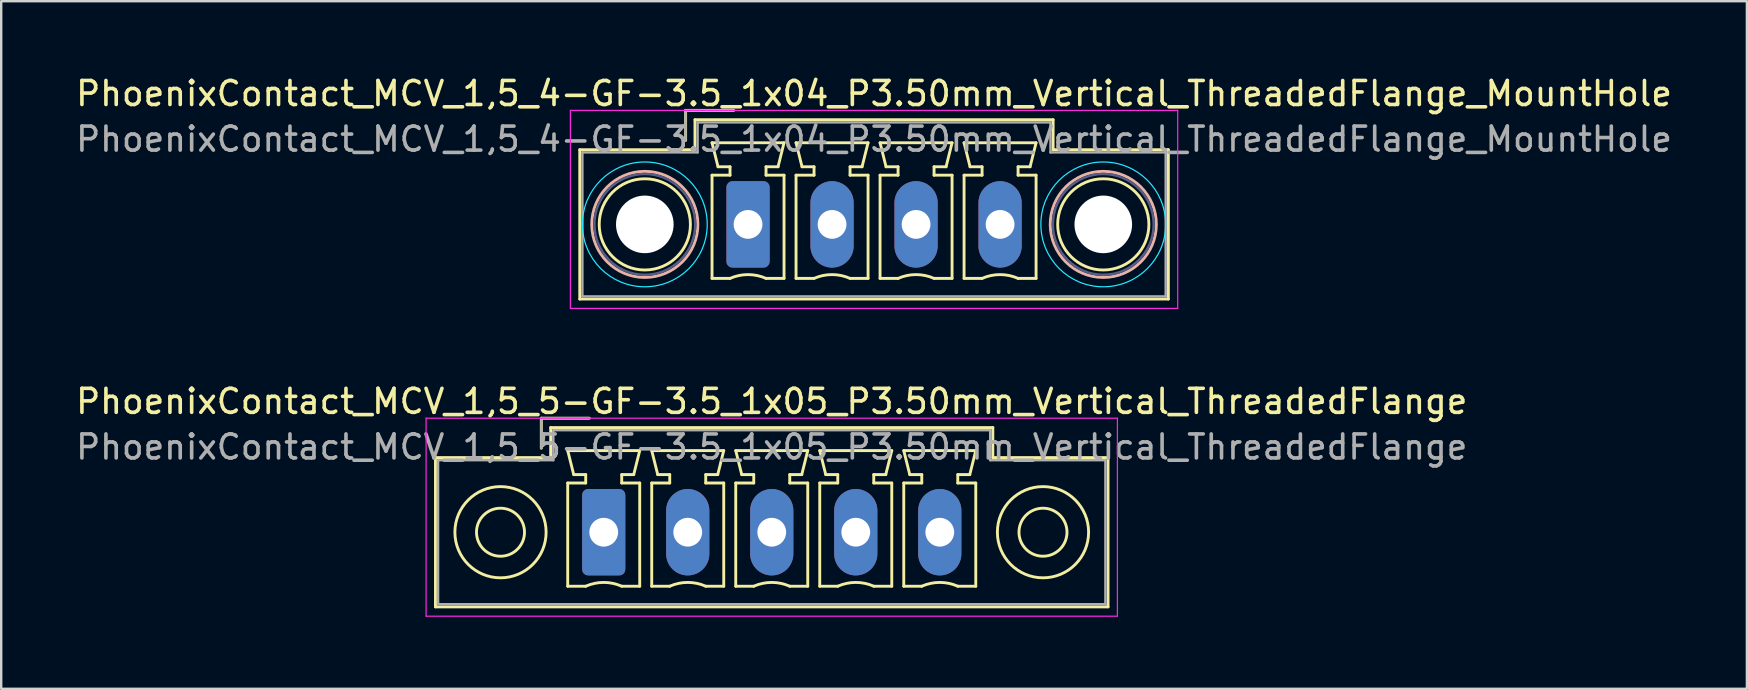
<source format=kicad_pcb>
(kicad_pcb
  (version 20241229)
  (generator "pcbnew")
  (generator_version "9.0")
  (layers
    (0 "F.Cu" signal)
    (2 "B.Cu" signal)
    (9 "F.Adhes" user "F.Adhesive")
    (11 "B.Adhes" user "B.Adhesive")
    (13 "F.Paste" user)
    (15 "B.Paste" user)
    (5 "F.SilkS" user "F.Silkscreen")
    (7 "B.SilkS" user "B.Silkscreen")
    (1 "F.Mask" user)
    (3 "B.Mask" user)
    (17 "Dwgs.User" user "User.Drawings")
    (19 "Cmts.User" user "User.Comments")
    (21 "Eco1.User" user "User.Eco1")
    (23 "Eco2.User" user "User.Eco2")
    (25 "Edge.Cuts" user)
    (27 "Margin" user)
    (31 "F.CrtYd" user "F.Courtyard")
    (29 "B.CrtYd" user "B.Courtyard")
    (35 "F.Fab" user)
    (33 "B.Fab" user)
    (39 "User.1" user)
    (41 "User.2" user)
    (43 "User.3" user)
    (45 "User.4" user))
  (footprint "PhoenixContact_MCV_1,5_5-GF-3.5_1x05_P3.50mm_Vertical_ThreadedFlange"
    (layer "F.Cu")
    (at 22.101 19.122)
    (property "Reference" "PhoenixContact_MCV_1,5_5-GF-3.5_1x05_P3.50mm_Vertical_ThreadedFlange" (at 7 -5.45 0) (layer "F.SilkS") (effects (font (size 1 1) (thickness 0.15))))
    (attr through_hole)
    (fp_line (start -7.01 -3.11) (end -7.01 3.11) (stroke (width 0.12) (type solid)) (layer "F.SilkS"))
    (fp_line (start -7.01 3.11) (end 21.01 3.11) (stroke (width 0.12) (type solid)) (layer "F.SilkS"))
    (fp_line (start -2.6 -4.75) (end -0.6 -4.75) (stroke (width 0.12) (type solid)) (layer "F.SilkS"))
    (fp_line (start -2.6 -3.5) (end -2.6 -4.75) (stroke (width 0.12) (type solid)) (layer "F.SilkS"))
    (fp_line (start -2.21 -4.36) (end -2.21 -3.11) (stroke (width 0.12) (type solid)) (layer "F.SilkS"))
    (fp_line (start -2.21 -3.11) (end -7.01 -3.11) (stroke (width 0.12) (type solid)) (layer "F.SilkS"))
    (fp_line (start -1.5 -3.4) (end 1.5 -3.4) (stroke (width 0.12) (type solid)) (layer "F.SilkS"))
    (fp_line (start -1.5 -2.05) (end -0.75 -2.05) (stroke (width 0.12) (type solid)) (layer "F.SilkS"))
    (fp_line (start -1.5 2.25) (end -1.5 -2.05) (stroke (width 0.12) (type solid)) (layer "F.SilkS"))
    (fp_line (start -1.25 -2.4) (end -1.5 -3.4) (stroke (width 0.12) (type solid)) (layer "F.SilkS"))
    (fp_line (start -0.75 -2.4) (end -1.25 -2.4) (stroke (width 0.12) (type solid)) (layer "F.SilkS"))
    (fp_line (start -0.75 -2.05) (end -0.75 -2.4) (stroke (width 0.12) (type solid)) (layer "F.SilkS"))
    (fp_line (start -0.75 2.25) (end -1.5 2.25) (stroke (width 0.12) (type solid)) (layer "F.SilkS"))
    (fp_line (start 0.75 -2.4) (end 0.75 -2.05) (stroke (width 0.12) (type solid)) (layer "F.SilkS"))
    (fp_line (start 0.75 -2.05) (end 1.5 -2.05) (stroke (width 0.12) (type solid)) (layer "F.SilkS"))
    (fp_line (start 1.25 -2.4) (end 0.75 -2.4) (stroke (width 0.12) (type solid)) (layer "F.SilkS"))
    (fp_line (start 1.5 -3.4) (end 1.25 -2.4) (stroke (width 0.12) (type solid)) (layer "F.SilkS"))
    (fp_line (start 1.5 -2.05) (end 1.5 2.25) (stroke (width 0.12) (type solid)) (layer "F.SilkS"))
    (fp_line (start 1.5 2.25) (end 0.75 2.25) (stroke (width 0.12) (type solid)) (layer "F.SilkS"))
    (fp_line (start 2 -3.4) (end 5 -3.4) (stroke (width 0.12) (type solid)) (layer "F.SilkS"))
    (fp_line (start 2 -2.05) (end 2.75 -2.05) (stroke (width 0.12) (type solid)) (layer "F.SilkS"))
    (fp_line (start 2 2.25) (end 2 -2.05) (stroke (width 0.12) (type solid)) (layer "F.SilkS"))
    (fp_line (start 2.25 -2.4) (end 2 -3.4) (stroke (width 0.12) (type solid)) (layer "F.SilkS"))
    (fp_line (start 2.75 -2.4) (end 2.25 -2.4) (stroke (width 0.12) (type solid)) (layer "F.SilkS"))
    (fp_line (start 2.75 -2.05) (end 2.75 -2.4) (stroke (width 0.12) (type solid)) (layer "F.SilkS"))
    (fp_line (start 2.75 2.25) (end 2 2.25) (stroke (width 0.12) (type solid)) (layer "F.SilkS"))
    (fp_line (start 4.25 -2.4) (end 4.25 -2.05) (stroke (width 0.12) (type solid)) (layer "F.SilkS"))
    (fp_line (start 4.25 -2.05) (end 5 -2.05) (stroke (width 0.12) (type solid)) (layer "F.SilkS"))
    (fp_line (start 4.75 -2.4) (end 4.25 -2.4) (stroke (width 0.12) (type solid)) (layer "F.SilkS"))
    (fp_line (start 5 -3.4) (end 4.75 -2.4) (stroke (width 0.12) (type solid)) (layer "F.SilkS"))
    (fp_line (start 5 -2.05) (end 5 2.25) (stroke (width 0.12) (type solid)) (layer "F.SilkS"))
    (fp_line (start 5 2.25) (end 4.25 2.25) (stroke (width 0.12) (type solid)) (layer "F.SilkS"))
    (fp_line (start 5.5 -3.4) (end 8.5 -3.4) (stroke (width 0.12) (type solid)) (layer "F.SilkS"))
    (fp_line (start 5.5 -2.05) (end 6.25 -2.05) (stroke (width 0.12) (type solid)) (layer "F.SilkS"))
    (fp_line (start 5.5 2.25) (end 5.5 -2.05) (stroke (width 0.12) (type solid)) (layer "F.SilkS"))
    (fp_line (start 5.75 -2.4) (end 5.5 -3.4) (stroke (width 0.12) (type solid)) (layer "F.SilkS"))
    (fp_line (start 6.25 -2.4) (end 5.75 -2.4) (stroke (width 0.12) (type solid)) (layer "F.SilkS"))
    (fp_line (start 6.25 -2.05) (end 6.25 -2.4) (stroke (width 0.12) (type solid)) (layer "F.SilkS"))
    (fp_line (start 6.25 2.25) (end 5.5 2.25) (stroke (width 0.12) (type solid)) (layer "F.SilkS"))
    (fp_line (start 7.75 -2.4) (end 7.75 -2.05) (stroke (width 0.12) (type solid)) (layer "F.SilkS"))
    (fp_line (start 7.75 -2.05) (end 8.5 -2.05) (stroke (width 0.12) (type solid)) (layer "F.SilkS"))
    (fp_line (start 8.25 -2.4) (end 7.75 -2.4) (stroke (width 0.12) (type solid)) (layer "F.SilkS"))
    (fp_line (start 8.5 -3.4) (end 8.25 -2.4) (stroke (width 0.12) (type solid)) (layer "F.SilkS"))
    (fp_line (start 8.5 -2.05) (end 8.5 2.25) (stroke (width 0.12) (type solid)) (layer "F.SilkS"))
    (fp_line (start 8.5 2.25) (end 7.75 2.25) (stroke (width 0.12) (type solid)) (layer "F.SilkS"))
    (fp_line (start 9 -3.4) (end 12 -3.4) (stroke (width 0.12) (type solid)) (layer "F.SilkS"))
    (fp_line (start 9 -2.05) (end 9.75 -2.05) (stroke (width 0.12) (type solid)) (layer "F.SilkS"))
    (fp_line (start 9 2.25) (end 9 -2.05) (stroke (width 0.12) (type solid)) (layer "F.SilkS"))
    (fp_line (start 9.25 -2.4) (end 9 -3.4) (stroke (width 0.12) (type solid)) (layer "F.SilkS"))
    (fp_line (start 9.75 -2.4) (end 9.25 -2.4) (stroke (width 0.12) (type solid)) (layer "F.SilkS"))
    (fp_line (start 9.75 -2.05) (end 9.75 -2.4) (stroke (width 0.12) (type solid)) (layer "F.SilkS"))
    (fp_line (start 9.75 2.25) (end 9 2.25) (stroke (width 0.12) (type solid)) (layer "F.SilkS"))
    (fp_line (start 11.25 -2.4) (end 11.25 -2.05) (stroke (width 0.12) (type solid)) (layer "F.SilkS"))
    (fp_line (start 11.25 -2.05) (end 12 -2.05) (stroke (width 0.12) (type solid)) (layer "F.SilkS"))
    (fp_line (start 11.75 -2.4) (end 11.25 -2.4) (stroke (width 0.12) (type solid)) (layer "F.SilkS"))
    (fp_line (start 12 -3.4) (end 11.75 -2.4) (stroke (width 0.12) (type solid)) (layer "F.SilkS"))
    (fp_line (start 12 -2.05) (end 12 2.25) (stroke (width 0.12) (type solid)) (layer "F.SilkS"))
    (fp_line (start 12 2.25) (end 11.25 2.25) (stroke (width 0.12) (type solid)) (layer "F.SilkS"))
    (fp_line (start 12.5 -3.4) (end 15.5 -3.4) (stroke (width 0.12) (type solid)) (layer "F.SilkS"))
    (fp_line (start 12.5 -2.05) (end 13.25 -2.05) (stroke (width 0.12) (type solid)) (layer "F.SilkS"))
    (fp_line (start 12.5 2.25) (end 12.5 -2.05) (stroke (width 0.12) (type solid)) (layer "F.SilkS"))
    (fp_line (start 12.75 -2.4) (end 12.5 -3.4) (stroke (width 0.12) (type solid)) (layer "F.SilkS"))
    (fp_line (start 13.25 -2.4) (end 12.75 -2.4) (stroke (width 0.12) (type solid)) (layer "F.SilkS"))
    (fp_line (start 13.25 -2.05) (end 13.25 -2.4) (stroke (width 0.12) (type solid)) (layer "F.SilkS"))
    (fp_line (start 13.25 2.25) (end 12.5 2.25) (stroke (width 0.12) (type solid)) (layer "F.SilkS"))
    (fp_line (start 14.75 -2.4) (end 14.75 -2.05) (stroke (width 0.12) (type solid)) (layer "F.SilkS"))
    (fp_line (start 14.75 -2.05) (end 15.5 -2.05) (stroke (width 0.12) (type solid)) (layer "F.SilkS"))
    (fp_line (start 15.25 -2.4) (end 14.75 -2.4) (stroke (width 0.12) (type solid)) (layer "F.SilkS"))
    (fp_line (start 15.5 -3.4) (end 15.25 -2.4) (stroke (width 0.12) (type solid)) (layer "F.SilkS"))
    (fp_line (start 15.5 -2.05) (end 15.5 2.25) (stroke (width 0.12) (type solid)) (layer "F.SilkS"))
    (fp_line (start 15.5 2.25) (end 14.75 2.25) (stroke (width 0.12) (type solid)) (layer "F.SilkS"))
    (fp_line (start 16.21 -4.36) (end -2.21 -4.36) (stroke (width 0.12) (type solid)) (layer "F.SilkS"))
    (fp_line (start 16.21 -3.11) (end 16.21 -4.36) (stroke (width 0.12) (type solid)) (layer "F.SilkS"))
    (fp_line (start 21.01 -3.11) (end 16.21 -3.11) (stroke (width 0.12) (type solid)) (layer "F.SilkS"))
    (fp_line (start 21.01 3.11) (end 21.01 -3.11) (stroke (width 0.12) (type solid)) (layer "F.SilkS"))
    (fp_arc (start -0.75 2.25) (mid -0.000193 2.09191) (end 0.749647 2.249844) (stroke (width 0.12) (type solid)) (layer "F.SilkS"))
    (fp_arc (start 2.75 2.25) (mid 3.499807 2.09191) (end 4.249647 2.249844) (stroke (width 0.12) (type solid)) (layer "F.SilkS"))
    (fp_arc (start 6.25 2.25) (mid 6.999807 2.09191) (end 7.749647 2.249844) (stroke (width 0.12) (type solid)) (layer "F.SilkS"))
    (fp_arc (start 9.75 2.25) (mid 10.499807 2.09191) (end 11.249647 2.249844) (stroke (width 0.12) (type solid)) (layer "F.SilkS"))
    (fp_arc (start 13.25 2.25) (mid 13.999807 2.09191) (end 14.749647 2.249844) (stroke (width 0.12) (type solid)) (layer "F.SilkS"))
    (fp_circle (center -4.3 0) (end -3.3 0) (stroke (width 0.12) (type solid)) (fill no) (layer "F.SilkS"))
    (fp_circle (center -4.3 0) (end -2.4 0) (stroke (width 0.12) (type solid)) (fill no) (layer "F.SilkS"))
    (fp_circle (center 18.3 0) (end 19.3 0) (stroke (width 0.12) (type solid)) (fill no) (layer "F.SilkS"))
    (fp_circle (center 18.3 0) (end 20.2 0) (stroke (width 0.12) (type solid)) (fill no) (layer "F.SilkS"))
    (fp_line (start -7.4 -4.75) (end -7.4 3.5) (stroke (width 0.05) (type solid)) (layer "F.CrtYd"))
    (fp_line (start -7.4 3.5) (end 21.4 3.5) (stroke (width 0.05) (type solid)) (layer "F.CrtYd"))
    (fp_line (start 21.4 -4.75) (end -7.4 -4.75) (stroke (width 0.05) (type solid)) (layer "F.CrtYd"))
    (fp_line (start 21.4 3.5) (end 21.4 -4.75) (stroke (width 0.05) (type solid)) (layer "F.CrtYd"))
    (fp_line (start -6.9 -3) (end -6.9 3) (stroke (width 0.1) (type solid)) (layer "F.Fab"))
    (fp_line (start -6.9 3) (end 20.9 3) (stroke (width 0.1) (type solid)) (layer "F.Fab"))
    (fp_line (start -2.6 -4.75) (end -0.6 -4.75) (stroke (width 0.1) (type solid)) (layer "F.Fab"))
    (fp_line (start -2.6 -3.5) (end -2.6 -4.75) (stroke (width 0.1) (type solid)) (layer "F.Fab"))
    (fp_line (start -2.1 -4.25) (end -2.1 -3) (stroke (width 0.1) (type solid)) (layer "F.Fab"))
    (fp_line (start -2.1 -3) (end -6.9 -3) (stroke (width 0.1) (type solid)) (layer "F.Fab"))
    (fp_line (start 16.1 -4.25) (end -2.1 -4.25) (stroke (width 0.1) (type solid)) (layer "F.Fab"))
    (fp_line (start 16.1 -3) (end 16.1 -4.25) (stroke (width 0.1) (type solid)) (layer "F.Fab"))
    (fp_line (start 20.9 -3) (end 16.1 -3) (stroke (width 0.1) (type solid)) (layer "F.Fab"))
    (fp_line (start 20.9 3) (end 20.9 -3) (stroke (width 0.1) (type solid)) (layer "F.Fab"))
    (fp_text user "${REFERENCE}" (at 7 -3.55 0) (layer "F.Fab") (effects (font (size 1 1) (thickness 0.15))))
    (pad "1" thru_hole roundrect (at 0 0) (size 1.8 3.6) (drill 1.2) (layers "*.Cu" "*.Mask") (roundrect_rratio 0.139))
    (pad "2" thru_hole oval (at 3.5 0) (size 1.8 3.6) (drill 1.2) (layers "*.Cu" "*.Mask"))
    (pad "3" thru_hole oval (at 7 0) (size 1.8 3.6) (drill 1.2) (layers "*.Cu" "*.Mask"))
    (pad "4" thru_hole oval (at 10.5 0) (size 1.8 3.6) (drill 1.2) (layers "*.Cu" "*.Mask"))
    (pad "5" thru_hole oval (at 14 0) (size 1.8 3.6) (drill 1.2) (layers "*.Cu" "*.Mask")))
  (footprint "PhoenixContact_MCV_1,5_4-GF-3.5_1x04_P3.50mm_Vertical_ThreadedFlange_MountHole"
    (layer "F.Cu")
    (at 28.113 6.298)
    (property "Reference" "PhoenixContact_MCV_1,5_4-GF-3.5_1x04_P3.50mm_Vertical_ThreadedFlange_MountHole" (at 5.25 -5.45 0) (layer "F.SilkS") (effects (font (size 1 1) (thickness 0.15))))
    (attr through_hole)
    (fp_line (start -7.01 -3.11) (end -7.01 3.11) (stroke (width 0.12) (type solid)) (layer "F.SilkS"))
    (fp_line (start -7.01 3.11) (end 17.51 3.11) (stroke (width 0.12) (type solid)) (layer "F.SilkS"))
    (fp_line (start -2.6 -4.75) (end -0.6 -4.75) (stroke (width 0.12) (type solid)) (layer "F.SilkS"))
    (fp_line (start -2.6 -3.5) (end -2.6 -4.75) (stroke (width 0.12) (type solid)) (layer "F.SilkS"))
    (fp_line (start -2.21 -4.36) (end -2.21 -3.11) (stroke (width 0.12) (type solid)) (layer "F.SilkS"))
    (fp_line (start -2.21 -3.11) (end -7.01 -3.11) (stroke (width 0.12) (type solid)) (layer "F.SilkS"))
    (fp_line (start -1.5 -3.4) (end 1.5 -3.4) (stroke (width 0.12) (type solid)) (layer "F.SilkS"))
    (fp_line (start -1.5 -2.05) (end -0.75 -2.05) (stroke (width 0.12) (type solid)) (layer "F.SilkS"))
    (fp_line (start -1.5 2.25) (end -1.5 -2.05) (stroke (width 0.12) (type solid)) (layer "F.SilkS"))
    (fp_line (start -1.25 -2.4) (end -1.5 -3.4) (stroke (width 0.12) (type solid)) (layer "F.SilkS"))
    (fp_line (start -0.75 -2.4) (end -1.25 -2.4) (stroke (width 0.12) (type solid)) (layer "F.SilkS"))
    (fp_line (start -0.75 -2.05) (end -0.75 -2.4) (stroke (width 0.12) (type solid)) (layer "F.SilkS"))
    (fp_line (start -0.75 2.25) (end -1.5 2.25) (stroke (width 0.12) (type solid)) (layer "F.SilkS"))
    (fp_line (start 0.75 -2.4) (end 0.75 -2.05) (stroke (width 0.12) (type solid)) (layer "F.SilkS"))
    (fp_line (start 0.75 -2.05) (end 1.5 -2.05) (stroke (width 0.12) (type solid)) (layer "F.SilkS"))
    (fp_line (start 1.25 -2.4) (end 0.75 -2.4) (stroke (width 0.12) (type solid)) (layer "F.SilkS"))
    (fp_line (start 1.5 -3.4) (end 1.25 -2.4) (stroke (width 0.12) (type solid)) (layer "F.SilkS"))
    (fp_line (start 1.5 -2.05) (end 1.5 2.25) (stroke (width 0.12) (type solid)) (layer "F.SilkS"))
    (fp_line (start 1.5 2.25) (end 0.75 2.25) (stroke (width 0.12) (type solid)) (layer "F.SilkS"))
    (fp_line (start 2 -3.4) (end 5 -3.4) (stroke (width 0.12) (type solid)) (layer "F.SilkS"))
    (fp_line (start 2 -2.05) (end 2.75 -2.05) (stroke (width 0.12) (type solid)) (layer "F.SilkS"))
    (fp_line (start 2 2.25) (end 2 -2.05) (stroke (width 0.12) (type solid)) (layer "F.SilkS"))
    (fp_line (start 2.25 -2.4) (end 2 -3.4) (stroke (width 0.12) (type solid)) (layer "F.SilkS"))
    (fp_line (start 2.75 -2.4) (end 2.25 -2.4) (stroke (width 0.12) (type solid)) (layer "F.SilkS"))
    (fp_line (start 2.75 -2.05) (end 2.75 -2.4) (stroke (width 0.12) (type solid)) (layer "F.SilkS"))
    (fp_line (start 2.75 2.25) (end 2 2.25) (stroke (width 0.12) (type solid)) (layer "F.SilkS"))
    (fp_line (start 4.25 -2.4) (end 4.25 -2.05) (stroke (width 0.12) (type solid)) (layer "F.SilkS"))
    (fp_line (start 4.25 -2.05) (end 5 -2.05) (stroke (width 0.12) (type solid)) (layer "F.SilkS"))
    (fp_line (start 4.75 -2.4) (end 4.25 -2.4) (stroke (width 0.12) (type solid)) (layer "F.SilkS"))
    (fp_line (start 5 -3.4) (end 4.75 -2.4) (stroke (width 0.12) (type solid)) (layer "F.SilkS"))
    (fp_line (start 5 -2.05) (end 5 2.25) (stroke (width 0.12) (type solid)) (layer "F.SilkS"))
    (fp_line (start 5 2.25) (end 4.25 2.25) (stroke (width 0.12) (type solid)) (layer "F.SilkS"))
    (fp_line (start 5.5 -3.4) (end 8.5 -3.4) (stroke (width 0.12) (type solid)) (layer "F.SilkS"))
    (fp_line (start 5.5 -2.05) (end 6.25 -2.05) (stroke (width 0.12) (type solid)) (layer "F.SilkS"))
    (fp_line (start 5.5 2.25) (end 5.5 -2.05) (stroke (width 0.12) (type solid)) (layer "F.SilkS"))
    (fp_line (start 5.75 -2.4) (end 5.5 -3.4) (stroke (width 0.12) (type solid)) (layer "F.SilkS"))
    (fp_line (start 6.25 -2.4) (end 5.75 -2.4) (stroke (width 0.12) (type solid)) (layer "F.SilkS"))
    (fp_line (start 6.25 -2.05) (end 6.25 -2.4) (stroke (width 0.12) (type solid)) (layer "F.SilkS"))
    (fp_line (start 6.25 2.25) (end 5.5 2.25) (stroke (width 0.12) (type solid)) (layer "F.SilkS"))
    (fp_line (start 7.75 -2.4) (end 7.75 -2.05) (stroke (width 0.12) (type solid)) (layer "F.SilkS"))
    (fp_line (start 7.75 -2.05) (end 8.5 -2.05) (stroke (width 0.12) (type solid)) (layer "F.SilkS"))
    (fp_line (start 8.25 -2.4) (end 7.75 -2.4) (stroke (width 0.12) (type solid)) (layer "F.SilkS"))
    (fp_line (start 8.5 -3.4) (end 8.25 -2.4) (stroke (width 0.12) (type solid)) (layer "F.SilkS"))
    (fp_line (start 8.5 -2.05) (end 8.5 2.25) (stroke (width 0.12) (type solid)) (layer "F.SilkS"))
    (fp_line (start 8.5 2.25) (end 7.75 2.25) (stroke (width 0.12) (type solid)) (layer "F.SilkS"))
    (fp_line (start 9 -3.4) (end 12 -3.4) (stroke (width 0.12) (type solid)) (layer "F.SilkS"))
    (fp_line (start 9 -2.05) (end 9.75 -2.05) (stroke (width 0.12) (type solid)) (layer "F.SilkS"))
    (fp_line (start 9 2.25) (end 9 -2.05) (stroke (width 0.12) (type solid)) (layer "F.SilkS"))
    (fp_line (start 9.25 -2.4) (end 9 -3.4) (stroke (width 0.12) (type solid)) (layer "F.SilkS"))
    (fp_line (start 9.75 -2.4) (end 9.25 -2.4) (stroke (width 0.12) (type solid)) (layer "F.SilkS"))
    (fp_line (start 9.75 -2.05) (end 9.75 -2.4) (stroke (width 0.12) (type solid)) (layer "F.SilkS"))
    (fp_line (start 9.75 2.25) (end 9 2.25) (stroke (width 0.12) (type solid)) (layer "F.SilkS"))
    (fp_line (start 11.25 -2.4) (end 11.25 -2.05) (stroke (width 0.12) (type solid)) (layer "F.SilkS"))
    (fp_line (start 11.25 -2.05) (end 12 -2.05) (stroke (width 0.12) (type solid)) (layer "F.SilkS"))
    (fp_line (start 11.75 -2.4) (end 11.25 -2.4) (stroke (width 0.12) (type solid)) (layer "F.SilkS"))
    (fp_line (start 12 -3.4) (end 11.75 -2.4) (stroke (width 0.12) (type solid)) (layer "F.SilkS"))
    (fp_line (start 12 -2.05) (end 12 2.25) (stroke (width 0.12) (type solid)) (layer "F.SilkS"))
    (fp_line (start 12 2.25) (end 11.25 2.25) (stroke (width 0.12) (type solid)) (layer "F.SilkS"))
    (fp_line (start 12.71 -4.36) (end -2.21 -4.36) (stroke (width 0.12) (type solid)) (layer "F.SilkS"))
    (fp_line (start 12.71 -3.11) (end 12.71 -4.36) (stroke (width 0.12) (type solid)) (layer "F.SilkS"))
    (fp_line (start 17.51 -3.11) (end 12.71 -3.11) (stroke (width 0.12) (type solid)) (layer "F.SilkS"))
    (fp_line (start 17.51 3.11) (end 17.51 -3.11) (stroke (width 0.12) (type solid)) (layer "F.SilkS"))
    (fp_arc (start -0.75 2.25) (mid -0.000193 2.09191) (end 0.749647 2.249844) (stroke (width 0.12) (type solid)) (layer "F.SilkS"))
    (fp_arc (start 2.75 2.25) (mid 3.499807 2.09191) (end 4.249647 2.249844) (stroke (width 0.12) (type solid)) (layer "F.SilkS"))
    (fp_arc (start 6.25 2.25) (mid 6.999807 2.09191) (end 7.749647 2.249844) (stroke (width 0.12) (type solid)) (layer "F.SilkS"))
    (fp_arc (start 9.75 2.25) (mid 10.499807 2.09191) (end 11.249647 2.249844) (stroke (width 0.12) (type solid)) (layer "F.SilkS"))
    (fp_circle (center -4.3 0) (end -2.4 0) (stroke (width 0.12) (type solid)) (fill no) (layer "F.SilkS"))
    (fp_circle (center 14.8 0) (end 16.7 0) (stroke (width 0.12) (type solid)) (fill no) (layer "F.SilkS"))
    (fp_circle (center -4.3 0) (end -2.09 0) (stroke (width 0.12) (type solid)) (fill no) (layer "B.SilkS"))
    (fp_circle (center 14.8 0) (end 17.01 0) (stroke (width 0.12) (type solid)) (fill no) (layer "B.SilkS"))
    (fp_circle (center -4.3 0) (end -1.7 0) (stroke (width 0.05) (type solid)) (fill no) (layer "B.CrtYd"))
    (fp_circle (center 14.8 0) (end 17.4 0) (stroke (width 0.05) (type solid)) (fill no) (layer "B.CrtYd"))
    (fp_line (start -7.4 -4.75) (end -7.4 3.5) (stroke (width 0.05) (type solid)) (layer "F.CrtYd"))
    (fp_line (start -7.4 3.5) (end 17.9 3.5) (stroke (width 0.05) (type solid)) (layer "F.CrtYd"))
    (fp_line (start 17.9 -4.75) (end -7.4 -4.75) (stroke (width 0.05) (type solid)) (layer "F.CrtYd"))
    (fp_line (start 17.9 3.5) (end 17.9 -4.75) (stroke (width 0.05) (type solid)) (layer "F.CrtYd"))
    (fp_circle (center -4.3 0) (end -2.2 0) (stroke (width 0.1) (type solid)) (fill no) (layer "B.Fab"))
    (fp_circle (center 14.8 0) (end 16.9 0) (stroke (width 0.1) (type solid)) (fill no) (layer "B.Fab"))
    (fp_line (start -6.9 -3) (end -6.9 3) (stroke (width 0.1) (type solid)) (layer "F.Fab"))
    (fp_line (start -6.9 3) (end 17.4 3) (stroke (width 0.1) (type solid)) (layer "F.Fab"))
    (fp_line (start -2.6 -4.75) (end -0.6 -4.75) (stroke (width 0.1) (type solid)) (layer "F.Fab"))
    (fp_line (start -2.6 -3.5) (end -2.6 -4.75) (stroke (width 0.1) (type solid)) (layer "F.Fab"))
    (fp_line (start -2.1 -4.25) (end -2.1 -3) (stroke (width 0.1) (type solid)) (layer "F.Fab"))
    (fp_line (start -2.1 -3) (end -6.9 -3) (stroke (width 0.1) (type solid)) (layer "F.Fab"))
    (fp_line (start 12.6 -4.25) (end -2.1 -4.25) (stroke (width 0.1) (type solid)) (layer "F.Fab"))
    (fp_line (start 12.6 -3) (end 12.6 -4.25) (stroke (width 0.1) (type solid)) (layer "F.Fab"))
    (fp_line (start 17.4 -3) (end 12.6 -3) (stroke (width 0.1) (type solid)) (layer "F.Fab"))
    (fp_line (start 17.4 3) (end 17.4 -3) (stroke (width 0.1) (type solid)) (layer "F.Fab"))
    (fp_text user "${REFERENCE}" (at 5.25 -3.55 0) (layer "F.Fab") (effects (font (size 1 1) (thickness 0.15))))
    (pad "" np_thru_hole circle (at -4.3 0) (size 2.4 2.4) (drill 2.4) (layers "*.Cu" "*.Mask"))
    (pad "" np_thru_hole circle (at 14.8 0) (size 2.4 2.4) (drill 2.4) (layers "*.Cu" "*.Mask"))
    (pad "1" thru_hole roundrect (at 0 0) (size 1.8 3.6) (drill 1.2) (layers "*.Cu" "*.Mask") (roundrect_rratio 0.139))
    (pad "2" thru_hole oval (at 3.5 0) (size 1.8 3.6) (drill 1.2) (layers "*.Cu" "*.Mask"))
    (pad "3" thru_hole oval (at 7 0) (size 1.8 3.6) (drill 1.2) (layers "*.Cu" "*.Mask"))
    (pad "4" thru_hole oval (at 10.5 0) (size 1.8 3.6) (drill 1.2) (layers "*.Cu" "*.Mask")))
  (gr_rect
    (start -3 -3)
    (end 69.726 25.646)
    (stroke (width 0.1) (type default))
    (fill no)
    (layer "Edge.Cuts")))
</source>
